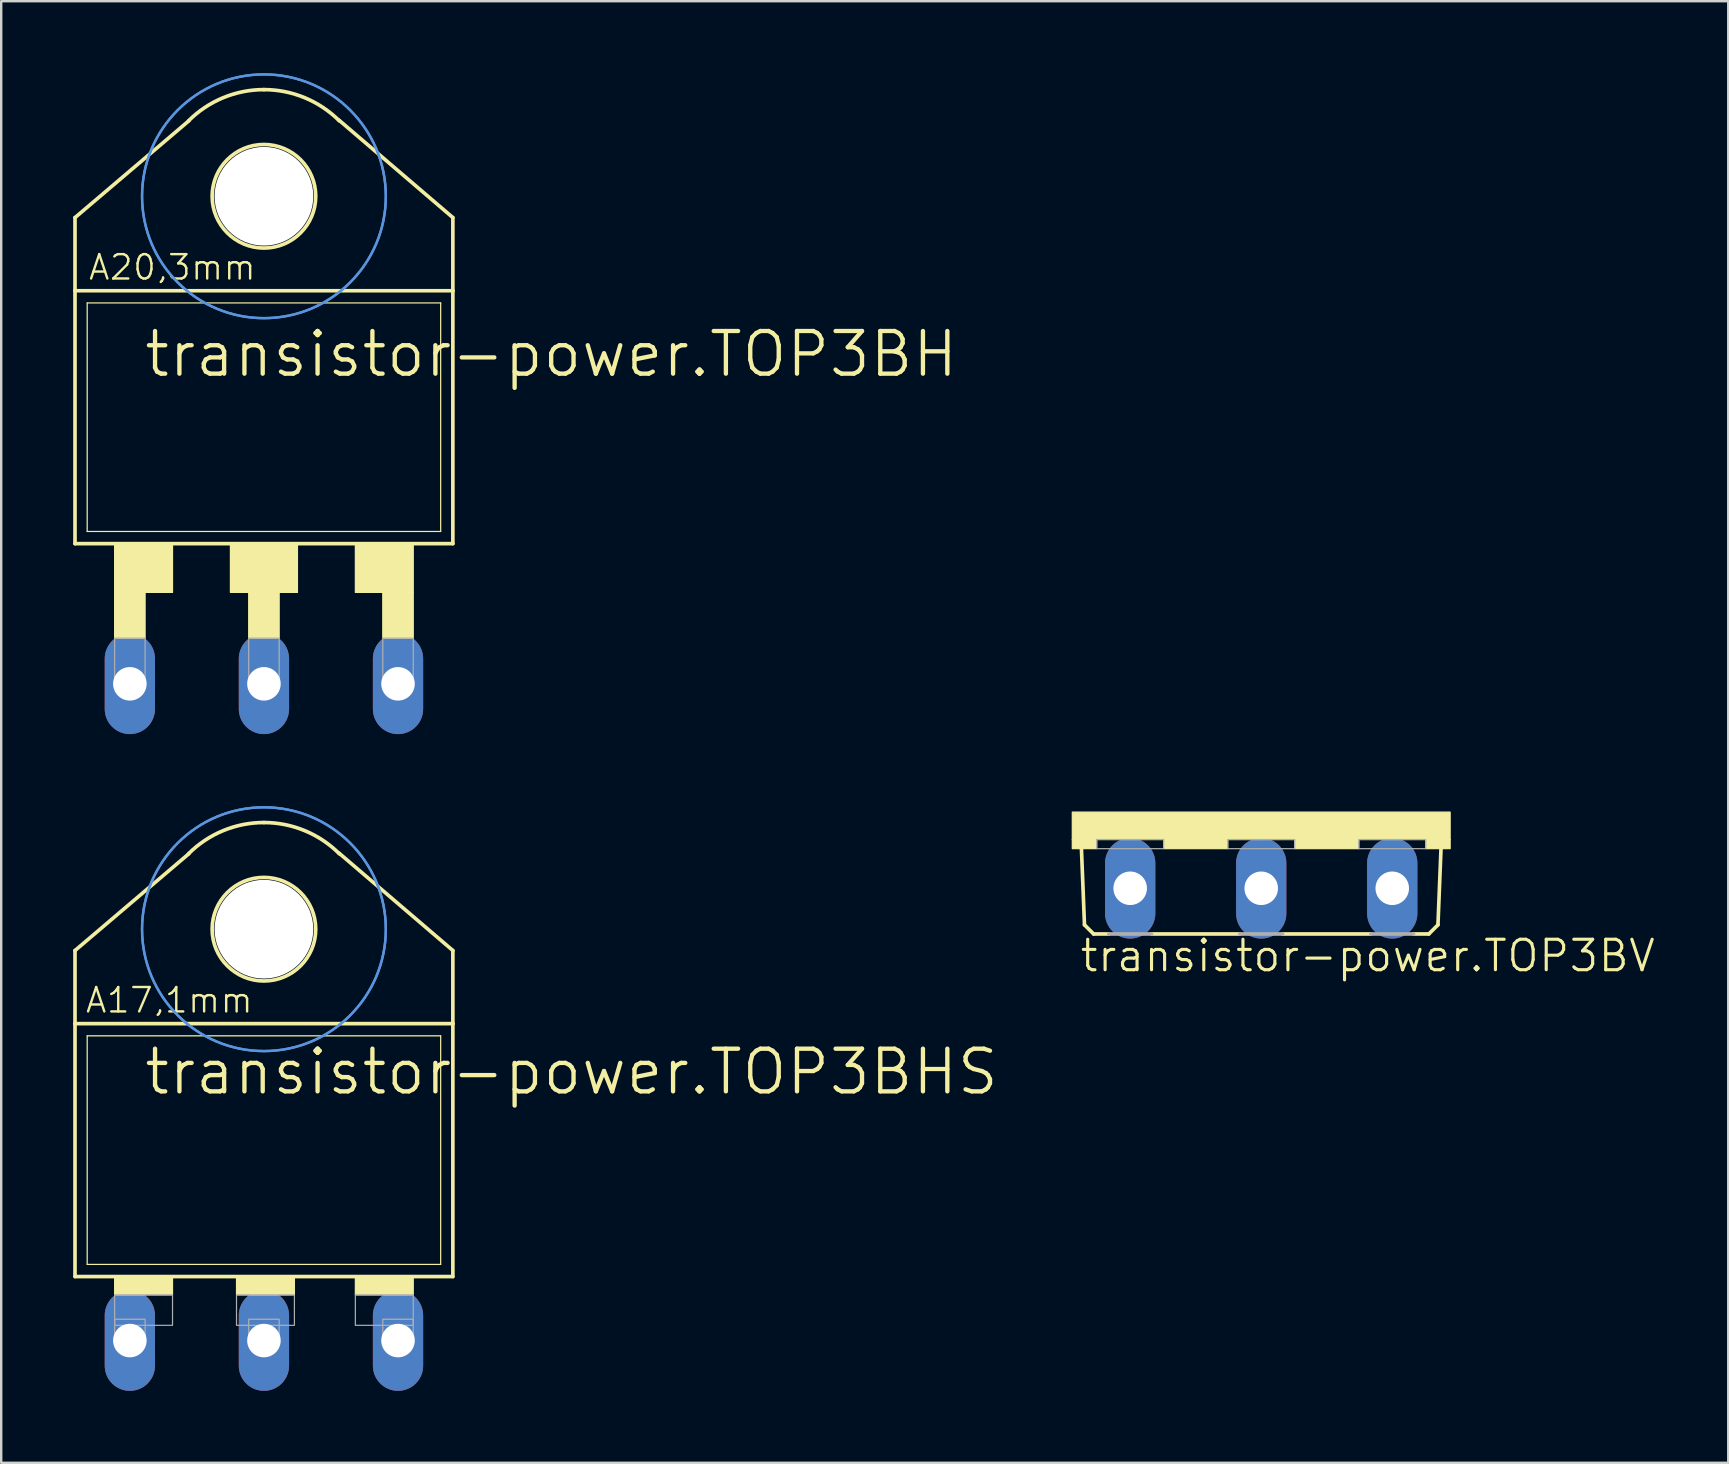
<source format=kicad_pcb>
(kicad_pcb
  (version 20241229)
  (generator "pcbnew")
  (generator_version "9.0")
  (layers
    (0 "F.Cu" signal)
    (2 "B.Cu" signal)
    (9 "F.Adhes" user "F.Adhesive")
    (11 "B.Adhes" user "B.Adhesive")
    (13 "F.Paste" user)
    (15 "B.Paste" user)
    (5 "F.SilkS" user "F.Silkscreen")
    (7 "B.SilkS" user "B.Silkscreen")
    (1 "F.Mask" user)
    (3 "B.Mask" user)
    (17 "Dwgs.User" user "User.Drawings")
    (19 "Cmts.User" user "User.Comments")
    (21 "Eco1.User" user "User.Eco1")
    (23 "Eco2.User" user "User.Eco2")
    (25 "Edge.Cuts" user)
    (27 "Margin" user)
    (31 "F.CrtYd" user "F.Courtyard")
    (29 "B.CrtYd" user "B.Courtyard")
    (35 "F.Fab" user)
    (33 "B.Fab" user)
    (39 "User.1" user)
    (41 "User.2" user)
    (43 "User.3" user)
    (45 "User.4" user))
  (footprint "transistor-power.TOP3BV"
    (layer "F.Cu")
    (at 49.514 30.796)
    (property "Reference" "transistor-power.TOP3BV" (at -7.62 6.731 0) (layer "F.SilkS") (effects (font (size 1.27 1.27) (thickness 0.13)) (justify left bottom)))
    (attr through_hole)
    (fp_line (start -7.366 4.699) (end -7.493 1.524) (stroke (width 0.152) (type default)) (layer "F.SilkS"))
    (fp_line (start -6.985 5.08) (end -7.366 4.699) (stroke (width 0.152) (type default)) (layer "F.SilkS"))
    (fp_line (start -6.35 5.08) (end -6.985 5.08) (stroke (width 0.152) (type default)) (layer "F.SilkS"))
    (fp_line (start -0.889 5.08) (end -4.572 5.08) (stroke (width 0.152) (type default)) (layer "F.SilkS"))
    (fp_line (start 4.572 5.08) (end 0.889 5.08) (stroke (width 0.152) (type default)) (layer "F.SilkS"))
    (fp_line (start 6.985 5.08) (end 6.35 5.08) (stroke (width 0.152) (type default)) (layer "F.SilkS"))
    (fp_line (start 6.985 5.08) (end 7.366 4.699) (stroke (width 0.152) (type default)) (layer "F.SilkS"))
    (fp_line (start 7.366 4.699) (end 7.493 1.524) (stroke (width 0.152) (type default)) (layer "F.SilkS"))
    (fp_rect (start -7.874 1.143) (end 7.874 0) (stroke (width 0.05) (type default)) (fill yes) (layer "F.SilkS"))
    (fp_rect (start -7.874 1.524) (end -6.858 1.143) (stroke (width 0.05) (type default)) (fill yes) (layer "F.SilkS"))
    (fp_rect (start -4.064 1.524) (end -1.397 1.143) (stroke (width 0.05) (type default)) (fill yes) (layer "F.SilkS"))
    (fp_rect (start 1.397 1.524) (end 4.064 1.143) (stroke (width 0.05) (type default)) (fill yes) (layer "F.SilkS"))
    (fp_rect (start 6.858 1.524) (end 7.874 1.143) (stroke (width 0.05) (type default)) (fill yes) (layer "F.SilkS"))
    (fp_line (start -4.572 5.08) (end -6.35 5.08) (stroke (width 0.152) (type default)) (layer "F.Fab"))
    (fp_line (start 0.889 5.08) (end -0.889 5.08) (stroke (width 0.152) (type default)) (layer "F.Fab"))
    (fp_line (start 6.35 5.08) (end 4.572 5.08) (stroke (width 0.152) (type default)) (layer "F.Fab"))
    (fp_rect (start -6.858 1.524) (end -4.064 1.143) (stroke (width 0.05) (type default)) (fill no) (layer "F.Fab"))
    (fp_rect (start -1.397 1.524) (end 1.397 1.143) (stroke (width 0.05) (type default)) (fill no) (layer "F.Fab"))
    (fp_rect (start 4.064 1.524) (end 6.858 1.143) (stroke (width 0.05) (type default)) (fill no) (layer "F.Fab"))
    (pad "D" thru_hole oval (at 0 3.175 90) (size 4.191 2.095) (drill 1.397) (layers "*.Cu" "*.Mask"))
    (pad "G" thru_hole oval (at -5.461 3.175 90) (size 4.191 2.095) (drill 1.397) (layers "*.Cu" "*.Mask"))
    (pad "S" thru_hole oval (at 5.461 3.175 90) (size 4.191 2.095) (drill 1.397) (layers "*.Cu" "*.Mask")))
  (footprint "transistor-power.TOP3BH"
    (layer "F.Cu")
    (at 7.95 17.83)
    (property "Reference" "transistor-power.TOP3BH" (at -5.08 -5.08 0) (layer "F.SilkS") (effects (font (size 1.778 1.778) (thickness 0.18)) (justify left bottom)))
    (attr through_hole)
    (fp_line (start -7.874 -11.811) (end -3.124 -15.85) (stroke (width 0.152) (type default)) (layer "F.SilkS"))
    (fp_line (start -7.874 -8.763) (end -7.874 -11.811) (stroke (width 0.152) (type default)) (layer "F.SilkS"))
    (fp_line (start -7.874 1.778) (end -7.874 -8.763) (stroke (width 0.152) (type default)) (layer "F.SilkS"))
    (fp_line (start -7.874 1.778) (end 7.874 1.778) (stroke (width 0.152) (type default)) (layer "F.SilkS"))
    (fp_line (start -7.366 1.27) (end -7.366 -8.255) (stroke (width 0.051) (type default)) (layer "F.SilkS"))
    (fp_line (start -7.366 1.27) (end 7.366 1.27) (stroke (width 0.051) (type default)) (layer "F.SilkS"))
    (fp_line (start 7.366 -8.255) (end -7.366 -8.255) (stroke (width 0.051) (type default)) (layer "F.SilkS"))
    (fp_line (start 7.366 -8.255) (end 7.366 1.27) (stroke (width 0.051) (type default)) (layer "F.SilkS"))
    (fp_line (start 7.874 -11.811) (end 3.124 -15.875) (stroke (width 0.152) (type default)) (layer "F.SilkS"))
    (fp_line (start 7.874 -8.763) (end -7.874 -8.763) (stroke (width 0.152) (type default)) (layer "F.SilkS"))
    (fp_line (start 7.874 -8.763) (end 7.874 -11.811) (stroke (width 0.152) (type default)) (layer "F.SilkS"))
    (fp_line (start 7.874 -8.763) (end 7.874 1.778) (stroke (width 0.152) (type default)) (layer "F.SilkS"))
    (fp_rect (start -6.223 3.81) (end -3.81 1.778) (stroke (width 0.05) (type default)) (fill yes) (layer "F.SilkS"))
    (fp_rect (start -6.223 5.715) (end -4.953 3.81) (stroke (width 0.05) (type default)) (fill yes) (layer "F.SilkS"))
    (fp_rect (start -1.397 3.81) (end 1.397 1.778) (stroke (width 0.05) (type default)) (fill yes) (layer "F.SilkS"))
    (fp_rect (start -0.635 5.715) (end 0.635 3.81) (stroke (width 0.05) (type default)) (fill yes) (layer "F.SilkS"))
    (fp_rect (start 3.81 3.81) (end 6.223 1.778) (stroke (width 0.05) (type default)) (fill yes) (layer "F.SilkS"))
    (fp_rect (start 4.953 5.715) (end 6.223 3.81) (stroke (width 0.05) (type default)) (fill yes) (layer "F.SilkS"))
    (fp_arc (start -3.1431 -15.8431) (mid -1.701032 -16.806651) (end 0 -17.145) (stroke (width 0.1524) (type default)) (layer "F.SilkS"))
    (fp_arc (start 0 -17.145) (mid 1.701032 -16.806651) (end 3.1431 -15.8431) (stroke (width 0.1524) (type default)) (layer "F.SilkS"))
    (fp_circle (center 0 -12.7) (end 2.159 -12.7) (stroke (width 0.152) (type default)) (fill no) (layer "F.SilkS"))
    (fp_circle (center 0 -12.7) (end 5.08 -12.7) (stroke (width 0.1) (type default)) (fill no) (layer "Cmts.User"))
    (fp_circle (center 0 -12.7) (end 5.08 -12.7) (stroke (width 0.1) (type default)) (fill no) (layer "Cmts.User"))
    (fp_rect (start -6.223 7.62) (end -4.953 5.715) (stroke (width 0.05) (type default)) (fill no) (layer "F.Fab"))
    (fp_rect (start -0.635 7.62) (end 0.635 5.715) (stroke (width 0.05) (type default)) (fill no) (layer "F.Fab"))
    (fp_rect (start 4.953 7.62) (end 6.223 5.715) (stroke (width 0.05) (type default)) (fill no) (layer "F.Fab"))
    (fp_text user "A20,3mm" (at -7.366 -9.144 0) (layer "F.SilkS") (effects (font (size 1.016 1.016) (thickness 0.1)) (justify left bottom)))
    (pad "" np_thru_hole circle (at 0 -12.7) (size 4.115 4.115) (drill 4.115) (layers "*.Cu" "*.Mask"))
    (pad "D" thru_hole oval (at 0 7.62 90) (size 4.191 2.095) (drill 1.397) (layers "*.Cu" "*.Mask"))
    (pad "G" thru_hole oval (at -5.588 7.62 90) (size 4.191 2.095) (drill 1.397) (layers "*.Cu" "*.Mask"))
    (pad "S" thru_hole oval (at 5.588 7.62 90) (size 4.191 2.095) (drill 1.397) (layers "*.Cu" "*.Mask")))
  (footprint "transistor-power.TOP3BHS"
    (layer "F.Cu")
    (at 7.95 48.376)
    (property "Reference" "transistor-power.TOP3BHS" (at -5.08 -5.715 0) (layer "F.SilkS") (effects (font (size 1.778 1.778) (thickness 0.18)) (justify left bottom)))
    (attr through_hole)
    (fp_line (start -7.874 -11.811) (end -3.124 -15.85) (stroke (width 0.152) (type default)) (layer "F.SilkS"))
    (fp_line (start -7.874 -8.763) (end -7.874 -11.811) (stroke (width 0.152) (type default)) (layer "F.SilkS"))
    (fp_line (start -7.874 1.778) (end -7.874 -8.763) (stroke (width 0.152) (type default)) (layer "F.SilkS"))
    (fp_line (start -7.874 1.778) (end 7.874 1.778) (stroke (width 0.152) (type default)) (layer "F.SilkS"))
    (fp_line (start -7.366 1.27) (end -7.366 -8.255) (stroke (width 0.051) (type default)) (layer "F.SilkS"))
    (fp_line (start -7.366 1.27) (end 7.366 1.27) (stroke (width 0.051) (type default)) (layer "F.SilkS"))
    (fp_line (start 7.366 -8.255) (end -7.366 -8.255) (stroke (width 0.051) (type default)) (layer "F.SilkS"))
    (fp_line (start 7.366 -8.255) (end 7.366 1.27) (stroke (width 0.051) (type default)) (layer "F.SilkS"))
    (fp_line (start 7.874 -11.811) (end 3.124 -15.875) (stroke (width 0.152) (type default)) (layer "F.SilkS"))
    (fp_line (start 7.874 -8.763) (end -7.874 -8.763) (stroke (width 0.152) (type default)) (layer "F.SilkS"))
    (fp_line (start 7.874 -8.763) (end 7.874 -11.811) (stroke (width 0.152) (type default)) (layer "F.SilkS"))
    (fp_line (start 7.874 -8.763) (end 7.874 1.778) (stroke (width 0.152) (type default)) (layer "F.SilkS"))
    (fp_rect (start -6.223 2.54) (end -3.81 1.778) (stroke (width 0.05) (type default)) (fill yes) (layer "F.SilkS"))
    (fp_rect (start -1.143 2.54) (end 1.27 1.778) (stroke (width 0.05) (type default)) (fill yes) (layer "F.SilkS"))
    (fp_rect (start 3.81 2.54) (end 6.223 1.778) (stroke (width 0.05) (type default)) (fill yes) (layer "F.SilkS"))
    (fp_arc (start -3.1431 -15.8431) (mid -1.701032 -16.806651) (end 0 -17.145) (stroke (width 0.1524) (type default)) (layer "F.SilkS"))
    (fp_arc (start 0 -17.145) (mid 1.701032 -16.806651) (end 3.1431 -15.8431) (stroke (width 0.1524) (type default)) (layer "F.SilkS"))
    (fp_circle (center 0 -12.7) (end 2.159 -12.7) (stroke (width 0.152) (type default)) (fill no) (layer "F.SilkS"))
    (fp_circle (center 0 -12.7) (end 5.08 -12.7) (stroke (width 0.1) (type default)) (fill no) (layer "Cmts.User"))
    (fp_circle (center 0 -12.7) (end 5.08 -12.7) (stroke (width 0.1) (type default)) (fill no) (layer "Cmts.User"))
    (fp_rect (start -6.223 3.81) (end -3.81 2.54) (stroke (width 0.05) (type default)) (fill no) (layer "F.Fab"))
    (fp_rect (start -6.223 4.445) (end -4.953 3.556) (stroke (width 0.05) (type default)) (fill no) (layer "F.Fab"))
    (fp_rect (start -1.143 3.81) (end 1.27 2.54) (stroke (width 0.05) (type default)) (fill no) (layer "F.Fab"))
    (fp_rect (start -0.635 4.445) (end 0.635 3.556) (stroke (width 0.05) (type default)) (fill no) (layer "F.Fab"))
    (fp_rect (start 3.81 3.81) (end 6.223 2.54) (stroke (width 0.05) (type default)) (fill no) (layer "F.Fab"))
    (fp_rect (start 4.953 4.445) (end 6.223 3.556) (stroke (width 0.05) (type default)) (fill no) (layer "F.Fab"))
    (fp_text user "A17,1mm" (at -7.493 -9.144 0) (layer "F.SilkS") (effects (font (size 1.016 1.016) (thickness 0.1)) (justify left bottom)))
    (pad "" np_thru_hole circle (at 0 -12.7) (size 4.115 4.115) (drill 4.115) (layers "*.Cu" "*.Mask"))
    (pad "D" thru_hole oval (at 0 4.445 90) (size 4.191 2.095) (drill 1.397) (layers "*.Cu" "*.Mask"))
    (pad "G" thru_hole oval (at -5.588 4.445 90) (size 4.191 2.095) (drill 1.397) (layers "*.Cu" "*.Mask"))
    (pad "S" thru_hole oval (at 5.588 4.445 90) (size 4.191 2.095) (drill 1.397) (layers "*.Cu" "*.Mask")))
  (gr_rect
    (start -3 -3)
    (end 68.978 57.916)
    (stroke (width 0.1) (type default))
    (fill no)
    (layer "Edge.Cuts")))
</source>
